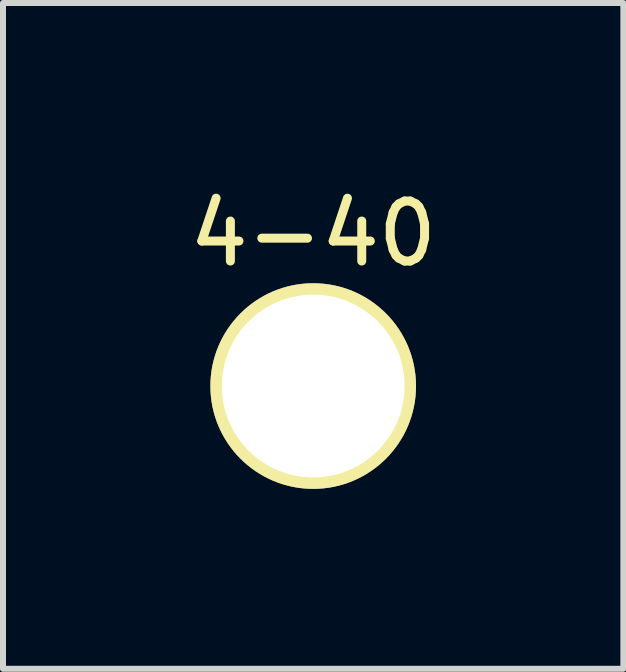
<source format=kicad_pcb>
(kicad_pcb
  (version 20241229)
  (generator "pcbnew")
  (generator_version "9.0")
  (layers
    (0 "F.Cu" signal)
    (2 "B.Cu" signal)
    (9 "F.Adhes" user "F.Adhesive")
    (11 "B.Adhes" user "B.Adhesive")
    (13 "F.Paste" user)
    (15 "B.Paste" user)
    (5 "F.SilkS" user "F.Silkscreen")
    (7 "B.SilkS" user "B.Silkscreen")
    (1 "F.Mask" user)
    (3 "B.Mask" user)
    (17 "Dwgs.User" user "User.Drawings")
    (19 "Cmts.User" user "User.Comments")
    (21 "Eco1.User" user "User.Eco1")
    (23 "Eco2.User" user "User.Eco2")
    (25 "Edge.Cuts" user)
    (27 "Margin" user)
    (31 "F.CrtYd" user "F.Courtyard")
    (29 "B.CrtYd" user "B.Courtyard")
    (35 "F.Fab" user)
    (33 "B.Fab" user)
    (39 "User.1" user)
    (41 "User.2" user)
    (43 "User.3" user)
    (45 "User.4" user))
  (footprint "4-40"
    (layer "F.Cu")
    (at 2.173 3.388)
    (property "Reference" "4-40" (at 0 -2.54 0) (layer "F.SilkS") (effects (font (size 1 1) (thickness 0.15))))
    (attr through_hole)
    (pad "1" thru_hole circle (at 0 0) (size 3.429 3.429) (drill 3.048) (layers "*.Cu" "*.Mask" "F.SilkS")))
  (gr_rect
    (start -3 -3)
    (end 7.345 8.103)
    (stroke (width 0.1) (type default))
    (fill no)
    (layer "Edge.Cuts")))
</source>
